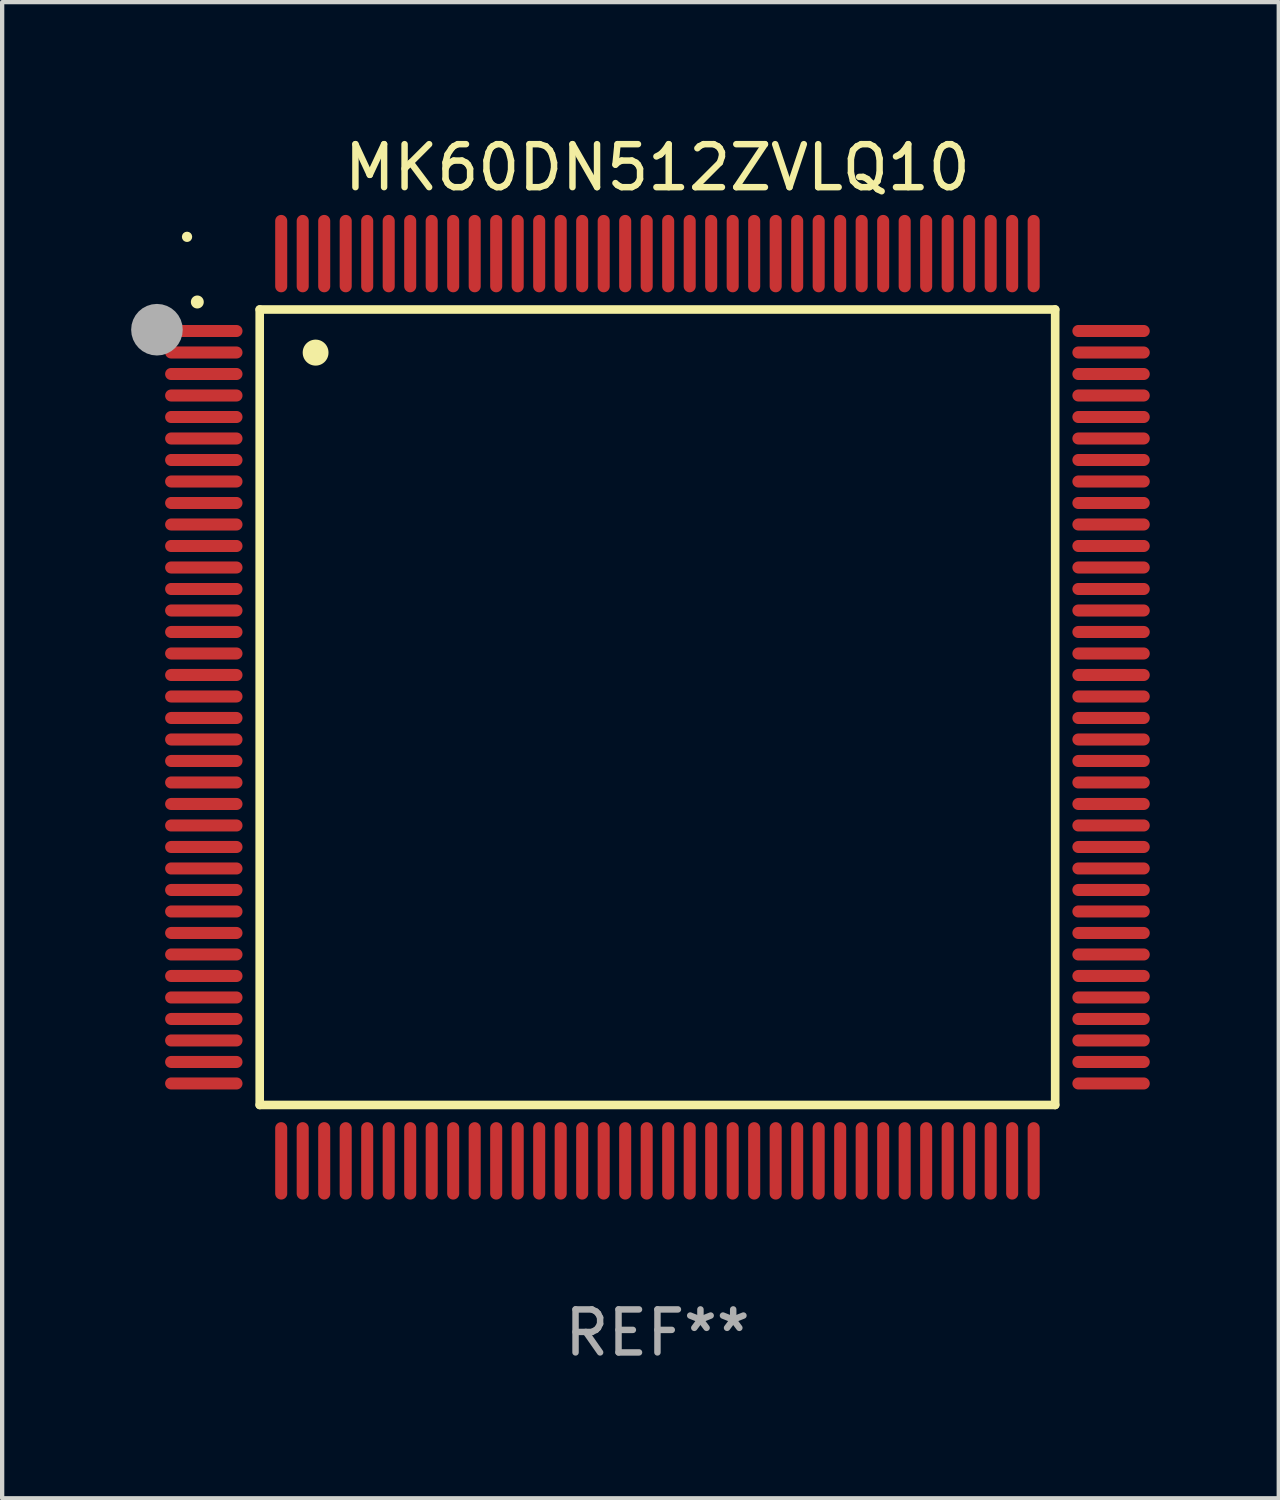
<source format=kicad_pcb>
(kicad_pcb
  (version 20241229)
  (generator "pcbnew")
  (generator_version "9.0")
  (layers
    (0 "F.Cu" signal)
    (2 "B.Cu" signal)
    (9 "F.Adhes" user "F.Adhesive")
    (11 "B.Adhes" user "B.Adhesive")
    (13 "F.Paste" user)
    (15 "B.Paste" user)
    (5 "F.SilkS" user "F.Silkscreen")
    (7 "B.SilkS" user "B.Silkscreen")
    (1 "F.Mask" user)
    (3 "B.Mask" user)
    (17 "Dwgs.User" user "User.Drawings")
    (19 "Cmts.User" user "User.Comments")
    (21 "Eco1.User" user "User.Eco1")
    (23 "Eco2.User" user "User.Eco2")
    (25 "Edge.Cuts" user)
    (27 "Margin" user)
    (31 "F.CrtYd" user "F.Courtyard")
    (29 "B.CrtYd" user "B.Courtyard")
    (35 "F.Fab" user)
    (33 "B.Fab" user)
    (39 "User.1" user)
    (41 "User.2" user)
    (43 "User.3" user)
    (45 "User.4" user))
  (footprint "MK60DN512ZVLQ10"
    (layer "F.Cu")
    (at 12.24 13.398)
    (property "Reference" "MK60DN512ZVLQ10" (at 0 -12.55 0) (layer "F.SilkS") (effects (font (size 1 1) (thickness 0.15))))
    (attr through_hole)
    (fp_line (start -9.25 -9.25) (end 9.25 -9.25) (stroke (width 0.2) (type solid)) (layer "F.SilkS"))
    (fp_line (start -9.25 9.25) (end -9.25 -9.25) (stroke (width 0.2) (type solid)) (layer "F.SilkS"))
    (fp_line (start 9.25 -9.25) (end 9.25 9.25) (stroke (width 0.2) (type solid)) (layer "F.SilkS"))
    (fp_line (start 9.25 9.25) (end -9.25 9.25) (stroke (width 0.2) (type solid)) (layer "F.SilkS"))
    (fp_arc (start -10.701041 -9.423419) (mid -10.701046 -9.424689) (end -10.701041 -9.425959) (stroke (width 0.3) (type solid)) (layer "F.SilkS"))
    (fp_arc (start -7.950216 -8.244856) (mid -7.950227 -8.247396) (end -7.950216 -8.249936) (stroke (width 0.6) (type solid)) (layer "F.SilkS"))
    (fp_circle (center -10.94 -10.94) (end -10.88 -10.94) (stroke (width 0.12) (type solid)) (fill no) (layer "F.SilkS"))
    (fp_circle (center -11.64 -8.78) (end -11.34 -8.78) (stroke (width 0.6) (type solid)) (fill no) (layer "F.Fab"))
    (fp_text user "REF**" (at 0 14.55 0) (layer "F.Fab") (effects (font (size 1 1) (thickness 0.15))))
    (pad "1" smd oval (at -10.55 -8.75 90) (size 0.28 1.8) (layers "F.Cu" "F.Mask" "F.Paste"))
    (pad "2" smd oval (at -10.55 -8.25 90) (size 0.28 1.8) (layers "F.Cu" "F.Mask" "F.Paste"))
    (pad "3" smd oval (at -10.55 -7.75 90) (size 0.28 1.8) (layers "F.Cu" "F.Mask" "F.Paste"))
    (pad "4" smd oval (at -10.55 -7.25 90) (size 0.28 1.8) (layers "F.Cu" "F.Mask" "F.Paste"))
    (pad "5" smd oval (at -10.55 -6.75 90) (size 0.28 1.8) (layers "F.Cu" "F.Mask" "F.Paste"))
    (pad "6" smd oval (at -10.55 -6.25 90) (size 0.28 1.8) (layers "F.Cu" "F.Mask" "F.Paste"))
    (pad "7" smd oval (at -10.55 -5.75 90) (size 0.28 1.8) (layers "F.Cu" "F.Mask" "F.Paste"))
    (pad "8" smd oval (at -10.55 -5.25 90) (size 0.28 1.8) (layers "F.Cu" "F.Mask" "F.Paste"))
    (pad "9" smd oval (at -10.55 -4.75 90) (size 0.28 1.8) (layers "F.Cu" "F.Mask" "F.Paste"))
    (pad "10" smd oval (at -10.55 -4.25 90) (size 0.28 1.8) (layers "F.Cu" "F.Mask" "F.Paste"))
    (pad "11" smd oval (at -10.55 -3.75 90) (size 0.28 1.8) (layers "F.Cu" "F.Mask" "F.Paste"))
    (pad "12" smd oval (at -10.55 -3.25 90) (size 0.28 1.8) (layers "F.Cu" "F.Mask" "F.Paste"))
    (pad "13" smd oval (at -10.55 -2.75 90) (size 0.28 1.8) (layers "F.Cu" "F.Mask" "F.Paste"))
    (pad "14" smd oval (at -10.55 -2.25 90) (size 0.28 1.8) (layers "F.Cu" "F.Mask" "F.Paste"))
    (pad "15" smd oval (at -10.55 -1.75 90) (size 0.28 1.8) (layers "F.Cu" "F.Mask" "F.Paste"))
    (pad "16" smd oval (at -10.55 -1.25 90) (size 0.28 1.8) (layers "F.Cu" "F.Mask" "F.Paste"))
    (pad "17" smd oval (at -10.55 -0.75 90) (size 0.28 1.8) (layers "F.Cu" "F.Mask" "F.Paste"))
    (pad "18" smd oval (at -10.55 -0.25 90) (size 0.28 1.8) (layers "F.Cu" "F.Mask" "F.Paste"))
    (pad "19" smd oval (at -10.55 0.25 90) (size 0.28 1.8) (layers "F.Cu" "F.Mask" "F.Paste"))
    (pad "20" smd oval (at -10.55 0.75 90) (size 0.28 1.8) (layers "F.Cu" "F.Mask" "F.Paste"))
    (pad "21" smd oval (at -10.55 1.25 90) (size 0.28 1.8) (layers "F.Cu" "F.Mask" "F.Paste"))
    (pad "22" smd oval (at -10.55 1.75 90) (size 0.28 1.8) (layers "F.Cu" "F.Mask" "F.Paste"))
    (pad "23" smd oval (at -10.55 2.25 90) (size 0.28 1.8) (layers "F.Cu" "F.Mask" "F.Paste"))
    (pad "24" smd oval (at -10.55 2.75 90) (size 0.28 1.8) (layers "F.Cu" "F.Mask" "F.Paste"))
    (pad "25" smd oval (at -10.55 3.25 90) (size 0.28 1.8) (layers "F.Cu" "F.Mask" "F.Paste"))
    (pad "26" smd oval (at -10.55 3.75 90) (size 0.28 1.8) (layers "F.Cu" "F.Mask" "F.Paste"))
    (pad "27" smd oval (at -10.55 4.25 90) (size 0.28 1.8) (layers "F.Cu" "F.Mask" "F.Paste"))
    (pad "28" smd oval (at -10.55 4.75 90) (size 0.28 1.8) (layers "F.Cu" "F.Mask" "F.Paste"))
    (pad "29" smd oval (at -10.55 5.25 90) (size 0.28 1.8) (layers "F.Cu" "F.Mask" "F.Paste"))
    (pad "30" smd oval (at -10.55 5.75 90) (size 0.28 1.8) (layers "F.Cu" "F.Mask" "F.Paste"))
    (pad "31" smd oval (at -10.55 6.25 90) (size 0.28 1.8) (layers "F.Cu" "F.Mask" "F.Paste"))
    (pad "32" smd oval (at -10.55 6.75 90) (size 0.28 1.8) (layers "F.Cu" "F.Mask" "F.Paste"))
    (pad "33" smd oval (at -10.55 7.25 90) (size 0.28 1.8) (layers "F.Cu" "F.Mask" "F.Paste"))
    (pad "34" smd oval (at -10.55 7.75 90) (size 0.28 1.8) (layers "F.Cu" "F.Mask" "F.Paste"))
    (pad "35" smd oval (at -10.55 8.25 90) (size 0.28 1.8) (layers "F.Cu" "F.Mask" "F.Paste"))
    (pad "36" smd oval (at -10.55 8.75 90) (size 0.28 1.8) (layers "F.Cu" "F.Mask" "F.Paste"))
    (pad "37" smd oval (at -8.75 10.55) (size 0.28 1.8) (layers "F.Cu" "F.Mask" "F.Paste"))
    (pad "38" smd oval (at -8.25 10.55) (size 0.28 1.8) (layers "F.Cu" "F.Mask" "F.Paste"))
    (pad "39" smd oval (at -7.75 10.55) (size 0.28 1.8) (layers "F.Cu" "F.Mask" "F.Paste"))
    (pad "40" smd oval (at -7.25 10.55) (size 0.28 1.8) (layers "F.Cu" "F.Mask" "F.Paste"))
    (pad "41" smd oval (at -6.75 10.55) (size 0.28 1.8) (layers "F.Cu" "F.Mask" "F.Paste"))
    (pad "42" smd oval (at -6.25 10.55) (size 0.28 1.8) (layers "F.Cu" "F.Mask" "F.Paste"))
    (pad "43" smd oval (at -5.75 10.55) (size 0.28 1.8) (layers "F.Cu" "F.Mask" "F.Paste"))
    (pad "44" smd oval (at -5.25 10.55) (size 0.28 1.8) (layers "F.Cu" "F.Mask" "F.Paste"))
    (pad "45" smd oval (at -4.75 10.55) (size 0.28 1.8) (layers "F.Cu" "F.Mask" "F.Paste"))
    (pad "46" smd oval (at -4.25 10.55) (size 0.28 1.8) (layers "F.Cu" "F.Mask" "F.Paste"))
    (pad "47" smd oval (at -3.75 10.55) (size 0.28 1.8) (layers "F.Cu" "F.Mask" "F.Paste"))
    (pad "48" smd oval (at -3.25 10.55) (size 0.28 1.8) (layers "F.Cu" "F.Mask" "F.Paste"))
    (pad "49" smd oval (at -2.75 10.55) (size 0.28 1.8) (layers "F.Cu" "F.Mask" "F.Paste"))
    (pad "50" smd oval (at -2.25 10.55) (size 0.28 1.8) (layers "F.Cu" "F.Mask" "F.Paste"))
    (pad "51" smd oval (at -1.75 10.55) (size 0.28 1.8) (layers "F.Cu" "F.Mask" "F.Paste"))
    (pad "52" smd oval (at -1.25 10.55) (size 0.28 1.8) (layers "F.Cu" "F.Mask" "F.Paste"))
    (pad "53" smd oval (at -0.75 10.55) (size 0.28 1.8) (layers "F.Cu" "F.Mask" "F.Paste"))
    (pad "54" smd oval (at -0.25 10.55) (size 0.28 1.8) (layers "F.Cu" "F.Mask" "F.Paste"))
    (pad "55" smd oval (at 0.25 10.55) (size 0.28 1.8) (layers "F.Cu" "F.Mask" "F.Paste"))
    (pad "56" smd oval (at 0.75 10.55) (size 0.28 1.8) (layers "F.Cu" "F.Mask" "F.Paste"))
    (pad "57" smd oval (at 1.25 10.55) (size 0.28 1.8) (layers "F.Cu" "F.Mask" "F.Paste"))
    (pad "58" smd oval (at 1.75 10.55) (size 0.28 1.8) (layers "F.Cu" "F.Mask" "F.Paste"))
    (pad "59" smd oval (at 2.25 10.55) (size 0.28 1.8) (layers "F.Cu" "F.Mask" "F.Paste"))
    (pad "60" smd oval (at 2.75 10.55) (size 0.28 1.8) (layers "F.Cu" "F.Mask" "F.Paste"))
    (pad "61" smd oval (at 3.25 10.55) (size 0.28 1.8) (layers "F.Cu" "F.Mask" "F.Paste"))
    (pad "62" smd oval (at 3.75 10.55) (size 0.28 1.8) (layers "F.Cu" "F.Mask" "F.Paste"))
    (pad "63" smd oval (at 4.25 10.55) (size 0.28 1.8) (layers "F.Cu" "F.Mask" "F.Paste"))
    (pad "64" smd oval (at 4.75 10.55) (size 0.28 1.8) (layers "F.Cu" "F.Mask" "F.Paste"))
    (pad "65" smd oval (at 5.25 10.55) (size 0.28 1.8) (layers "F.Cu" "F.Mask" "F.Paste"))
    (pad "66" smd oval (at 5.75 10.55) (size 0.28 1.8) (layers "F.Cu" "F.Mask" "F.Paste"))
    (pad "67" smd oval (at 6.25 10.55) (size 0.28 1.8) (layers "F.Cu" "F.Mask" "F.Paste"))
    (pad "68" smd oval (at 6.75 10.55) (size 0.28 1.8) (layers "F.Cu" "F.Mask" "F.Paste"))
    (pad "69" smd oval (at 7.25 10.55) (size 0.28 1.8) (layers "F.Cu" "F.Mask" "F.Paste"))
    (pad "70" smd oval (at 7.75 10.55) (size 0.28 1.8) (layers "F.Cu" "F.Mask" "F.Paste"))
    (pad "71" smd oval (at 8.25 10.55) (size 0.28 1.8) (layers "F.Cu" "F.Mask" "F.Paste"))
    (pad "72" smd oval (at 8.75 10.55) (size 0.28 1.8) (layers "F.Cu" "F.Mask" "F.Paste"))
    (pad "73" smd oval (at 10.55 8.75 90) (size 0.28 1.8) (layers "F.Cu" "F.Mask" "F.Paste"))
    (pad "74" smd oval (at 10.55 8.25 90) (size 0.28 1.8) (layers "F.Cu" "F.Mask" "F.Paste"))
    (pad "75" smd oval (at 10.55 7.75 90) (size 0.28 1.8) (layers "F.Cu" "F.Mask" "F.Paste"))
    (pad "76" smd oval (at 10.55 7.25 90) (size 0.28 1.8) (layers "F.Cu" "F.Mask" "F.Paste"))
    (pad "77" smd oval (at 10.55 6.75 90) (size 0.28 1.8) (layers "F.Cu" "F.Mask" "F.Paste"))
    (pad "78" smd oval (at 10.55 6.25 90) (size 0.28 1.8) (layers "F.Cu" "F.Mask" "F.Paste"))
    (pad "79" smd oval (at 10.55 5.75 90) (size 0.28 1.8) (layers "F.Cu" "F.Mask" "F.Paste"))
    (pad "80" smd oval (at 10.55 5.25 90) (size 0.28 1.8) (layers "F.Cu" "F.Mask" "F.Paste"))
    (pad "81" smd oval (at 10.55 4.75 90) (size 0.28 1.8) (layers "F.Cu" "F.Mask" "F.Paste"))
    (pad "82" smd oval (at 10.55 4.25 90) (size 0.28 1.8) (layers "F.Cu" "F.Mask" "F.Paste"))
    (pad "83" smd oval (at 10.55 3.75 90) (size 0.28 1.8) (layers "F.Cu" "F.Mask" "F.Paste"))
    (pad "84" smd oval (at 10.55 3.25 90) (size 0.28 1.8) (layers "F.Cu" "F.Mask" "F.Paste"))
    (pad "85" smd oval (at 10.55 2.75 90) (size 0.28 1.8) (layers "F.Cu" "F.Mask" "F.Paste"))
    (pad "86" smd oval (at 10.55 2.25 90) (size 0.28 1.8) (layers "F.Cu" "F.Mask" "F.Paste"))
    (pad "87" smd oval (at 10.55 1.75 90) (size 0.28 1.8) (layers "F.Cu" "F.Mask" "F.Paste"))
    (pad "88" smd oval (at 10.55 1.25 90) (size 0.28 1.8) (layers "F.Cu" "F.Mask" "F.Paste"))
    (pad "89" smd oval (at 10.55 0.75 90) (size 0.28 1.8) (layers "F.Cu" "F.Mask" "F.Paste"))
    (pad "90" smd oval (at 10.55 0.25 90) (size 0.28 1.8) (layers "F.Cu" "F.Mask" "F.Paste"))
    (pad "91" smd oval (at 10.55 -0.25 90) (size 0.28 1.8) (layers "F.Cu" "F.Mask" "F.Paste"))
    (pad "92" smd oval (at 10.55 -0.75 90) (size 0.28 1.8) (layers "F.Cu" "F.Mask" "F.Paste"))
    (pad "93" smd oval (at 10.55 -1.25 90) (size 0.28 1.8) (layers "F.Cu" "F.Mask" "F.Paste"))
    (pad "94" smd oval (at 10.55 -1.75 90) (size 0.28 1.8) (layers "F.Cu" "F.Mask" "F.Paste"))
    (pad "95" smd oval (at 10.55 -2.25 90) (size 0.28 1.8) (layers "F.Cu" "F.Mask" "F.Paste"))
    (pad "96" smd oval (at 10.55 -2.75 90) (size 0.28 1.8) (layers "F.Cu" "F.Mask" "F.Paste"))
    (pad "97" smd oval (at 10.55 -3.25 90) (size 0.28 1.8) (layers "F.Cu" "F.Mask" "F.Paste"))
    (pad "98" smd oval (at 10.55 -3.75 90) (size 0.28 1.8) (layers "F.Cu" "F.Mask" "F.Paste"))
    (pad "99" smd oval (at 10.55 -4.25 90) (size 0.28 1.8) (layers "F.Cu" "F.Mask" "F.Paste"))
    (pad "100" smd oval (at 10.55 -4.75 90) (size 0.28 1.8) (layers "F.Cu" "F.Mask" "F.Paste"))
    (pad "101" smd oval (at 10.55 -5.25 90) (size 0.28 1.8) (layers "F.Cu" "F.Mask" "F.Paste"))
    (pad "102" smd oval (at 10.55 -5.75 90) (size 0.28 1.8) (layers "F.Cu" "F.Mask" "F.Paste"))
    (pad "103" smd oval (at 10.55 -6.25 90) (size 0.28 1.8) (layers "F.Cu" "F.Mask" "F.Paste"))
    (pad "104" smd oval (at 10.55 -6.75 90) (size 0.28 1.8) (layers "F.Cu" "F.Mask" "F.Paste"))
    (pad "105" smd oval (at 10.55 -7.25 90) (size 0.28 1.8) (layers "F.Cu" "F.Mask" "F.Paste"))
    (pad "106" smd oval (at 10.55 -7.75 90) (size 0.28 1.8) (layers "F.Cu" "F.Mask" "F.Paste"))
    (pad "107" smd oval (at 10.55 -8.25 90) (size 0.28 1.8) (layers "F.Cu" "F.Mask" "F.Paste"))
    (pad "108" smd oval (at 10.55 -8.75 90) (size 0.28 1.8) (layers "F.Cu" "F.Mask" "F.Paste"))
    (pad "109" smd oval (at 8.75 -10.55) (size 0.28 1.8) (layers "F.Cu" "F.Mask" "F.Paste"))
    (pad "110" smd oval (at 8.25 -10.55) (size 0.28 1.8) (layers "F.Cu" "F.Mask" "F.Paste"))
    (pad "111" smd oval (at 7.75 -10.55) (size 0.28 1.8) (layers "F.Cu" "F.Mask" "F.Paste"))
    (pad "112" smd oval (at 7.25 -10.55) (size 0.28 1.8) (layers "F.Cu" "F.Mask" "F.Paste"))
    (pad "113" smd oval (at 6.75 -10.55) (size 0.28 1.8) (layers "F.Cu" "F.Mask" "F.Paste"))
    (pad "114" smd oval (at 6.25 -10.55) (size 0.28 1.8) (layers "F.Cu" "F.Mask" "F.Paste"))
    (pad "115" smd oval (at 5.75 -10.55) (size 0.28 1.8) (layers "F.Cu" "F.Mask" "F.Paste"))
    (pad "116" smd oval (at 5.25 -10.55) (size 0.28 1.8) (layers "F.Cu" "F.Mask" "F.Paste"))
    (pad "117" smd oval (at 4.75 -10.55) (size 0.28 1.8) (layers "F.Cu" "F.Mask" "F.Paste"))
    (pad "118" smd oval (at 4.25 -10.55) (size 0.28 1.8) (layers "F.Cu" "F.Mask" "F.Paste"))
    (pad "119" smd oval (at 3.75 -10.55) (size 0.28 1.8) (layers "F.Cu" "F.Mask" "F.Paste"))
    (pad "120" smd oval (at 3.25 -10.55) (size 0.28 1.8) (layers "F.Cu" "F.Mask" "F.Paste"))
    (pad "121" smd oval (at 2.75 -10.55) (size 0.28 1.8) (layers "F.Cu" "F.Mask" "F.Paste"))
    (pad "122" smd oval (at 2.25 -10.55) (size 0.28 1.8) (layers "F.Cu" "F.Mask" "F.Paste"))
    (pad "123" smd oval (at 1.75 -10.55) (size 0.28 1.8) (layers "F.Cu" "F.Mask" "F.Paste"))
    (pad "124" smd oval (at 1.25 -10.55) (size 0.28 1.8) (layers "F.Cu" "F.Mask" "F.Paste"))
    (pad "125" smd oval (at 0.75 -10.55) (size 0.28 1.8) (layers "F.Cu" "F.Mask" "F.Paste"))
    (pad "126" smd oval (at 0.25 -10.55) (size 0.28 1.8) (layers "F.Cu" "F.Mask" "F.Paste"))
    (pad "127" smd oval (at -0.25 -10.55) (size 0.28 1.8) (layers "F.Cu" "F.Mask" "F.Paste"))
    (pad "128" smd oval (at -0.75 -10.55) (size 0.28 1.8) (layers "F.Cu" "F.Mask" "F.Paste"))
    (pad "129" smd oval (at -1.25 -10.55) (size 0.28 1.8) (layers "F.Cu" "F.Mask" "F.Paste"))
    (pad "130" smd oval (at -1.75 -10.55) (size 0.28 1.8) (layers "F.Cu" "F.Mask" "F.Paste"))
    (pad "131" smd oval (at -2.25 -10.55) (size 0.28 1.8) (layers "F.Cu" "F.Mask" "F.Paste"))
    (pad "132" smd oval (at -2.75 -10.55) (size 0.28 1.8) (layers "F.Cu" "F.Mask" "F.Paste"))
    (pad "133" smd oval (at -3.25 -10.55) (size 0.28 1.8) (layers "F.Cu" "F.Mask" "F.Paste"))
    (pad "134" smd oval (at -3.75 -10.55) (size 0.28 1.8) (layers "F.Cu" "F.Mask" "F.Paste"))
    (pad "135" smd oval (at -4.25 -10.55) (size 0.28 1.8) (layers "F.Cu" "F.Mask" "F.Paste"))
    (pad "136" smd oval (at -4.75 -10.55) (size 0.28 1.8) (layers "F.Cu" "F.Mask" "F.Paste"))
    (pad "137" smd oval (at -5.25 -10.55) (size 0.28 1.8) (layers "F.Cu" "F.Mask" "F.Paste"))
    (pad "138" smd oval (at -5.75 -10.55) (size 0.28 1.8) (layers "F.Cu" "F.Mask" "F.Paste"))
    (pad "139" smd oval (at -6.25 -10.55) (size 0.28 1.8) (layers "F.Cu" "F.Mask" "F.Paste"))
    (pad "140" smd oval (at -6.75 -10.55) (size 0.28 1.8) (layers "F.Cu" "F.Mask" "F.Paste"))
    (pad "141" smd oval (at -7.25 -10.55) (size 0.28 1.8) (layers "F.Cu" "F.Mask" "F.Paste"))
    (pad "142" smd oval (at -7.75 -10.55) (size 0.28 1.8) (layers "F.Cu" "F.Mask" "F.Paste"))
    (pad "143" smd oval (at -8.25 -10.55) (size 0.28 1.8) (layers "F.Cu" "F.Mask" "F.Paste"))
    (pad "144" smd oval (at -8.75 -10.55) (size 0.28 1.8) (layers "F.Cu" "F.Mask" "F.Paste")))
  (gr_rect
    (start -3 -3)
    (end 26.69 31.796)
    (stroke (width 0.1) (type default))
    (fill no)
    (layer "Edge.Cuts")))
</source>
